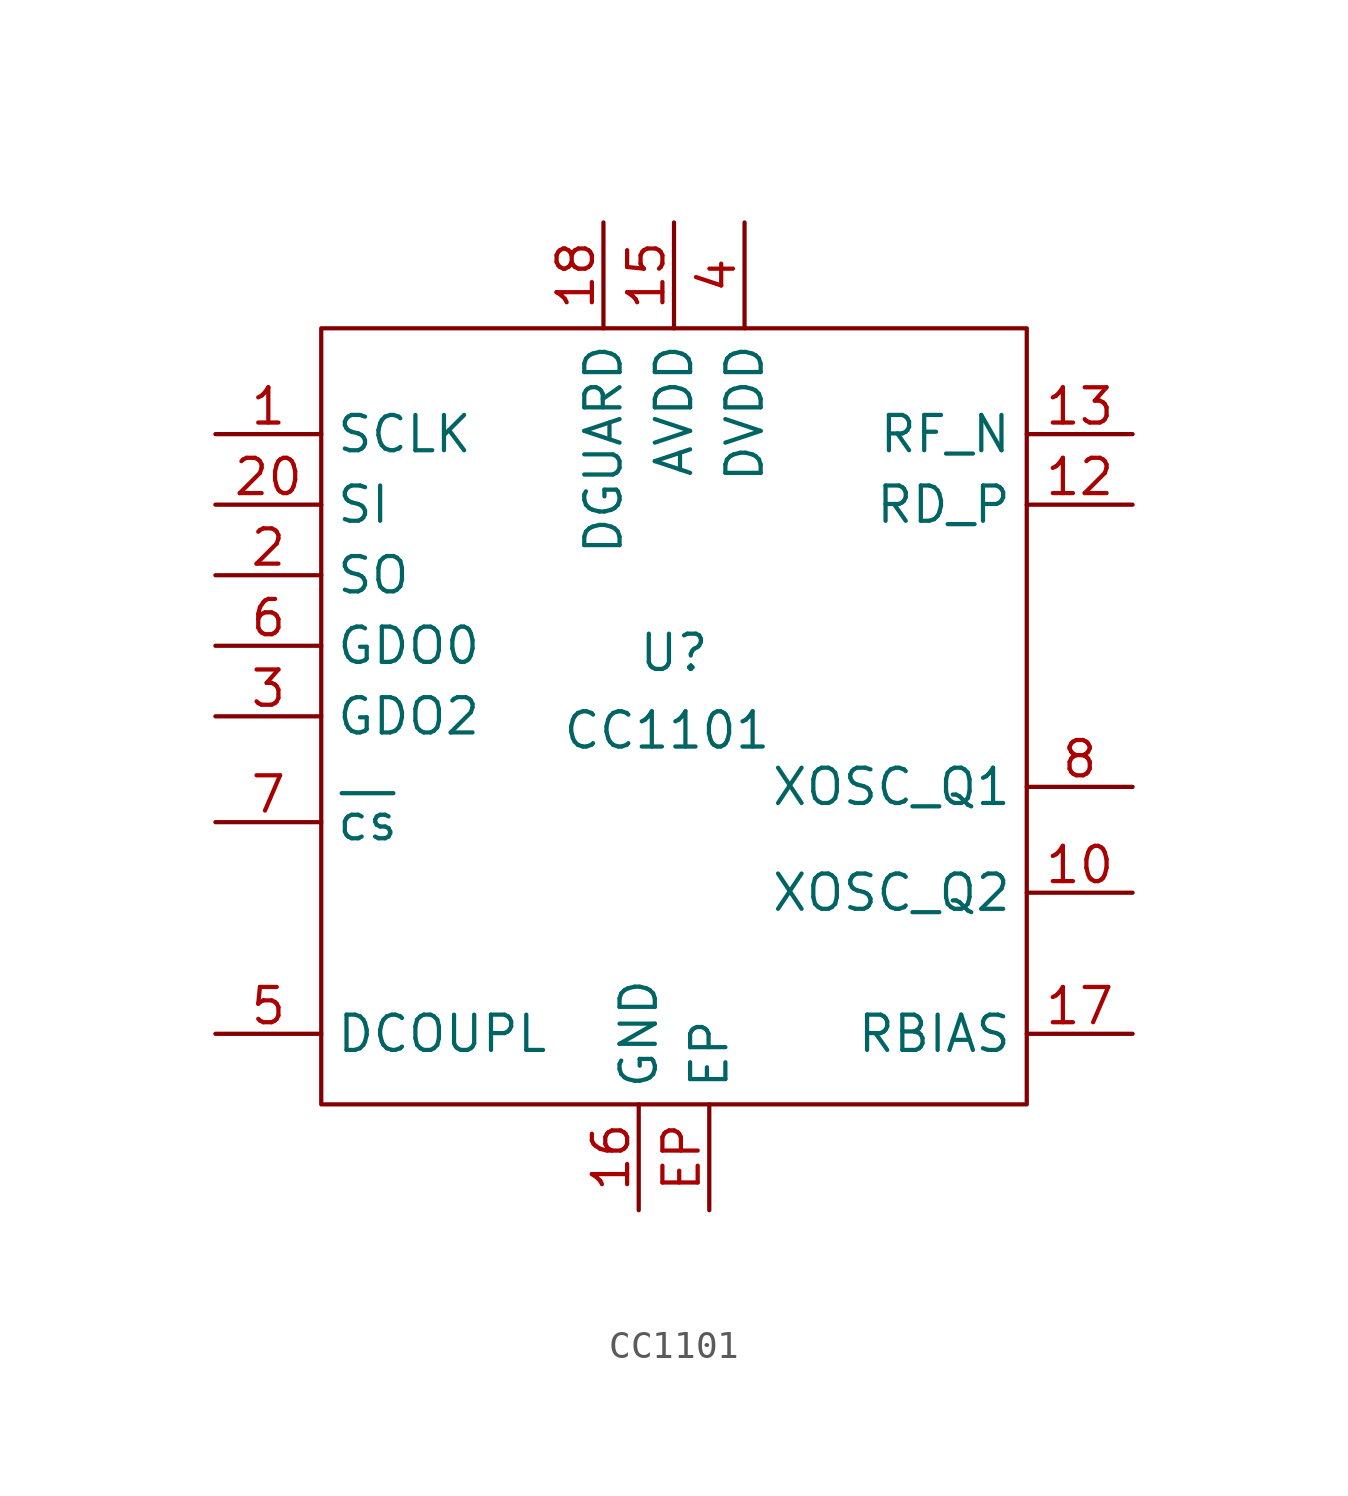
<source format=kicad_sym>
(kicad_symbol_lib
  (version 20231120)
  (generator "kicad_symbol_editor")
  (generator_version "8.0")
  (symbol "CC1101"
    (property "Reference" "U"
      (at 0 2.286 0)
      (effects (font (size 1.27 1.27))))
    (property "Value" "CC1101"
      (at -0.254 -0.508 0)
      (effects (font (size 1.27 1.27))))
    (symbol "CC1101_0_1"
      (rectangle (start -12.7 13.97) (end 12.7 -13.97) (stroke (width 0) (type default)) (fill (type none))))
    (symbol "CC1101_1_1"
      (pin input line (at -16.51 10.16 0) (length 3.81) (name "SCLK" (effects (font (size 1.27 1.27)))) (number "1" (effects (font (size 1.27 1.27)))))
      (pin passive line (at 16.51 -6.35 180) (length 3.81) (name "XOSC_Q2" (effects (font (size 1.27 1.27)))) (number "10" (effects (font (size 1.27 1.27)))))
      (pin power_in line (at 0 17.78 270) (length 3.81) hide (name "AVDD" (effects (font (size 1.27 1.27)))) (number "11" (effects (font (size 1.27 1.27)))))
      (pin input line (at 16.51 7.62 180) (length 3.81) (name "RD_P" (effects (font (size 1.27 1.27)))) (number "12" (effects (font (size 1.27 1.27)))))
      (pin input line (at 16.51 10.16 180) (length 3.81) (name "RF_N" (effects (font (size 1.27 1.27)))) (number "13" (effects (font (size 1.27 1.27)))))
      (pin power_in line (at 0 17.78 270) (length 3.81) hide (name "AVDD" (effects (font (size 1.27 1.27)))) (number "14" (effects (font (size 1.27 1.27)))))
      (pin power_in line (at 0 17.78 270) (length 3.81) (name "AVDD" (effects (font (size 1.27 1.27)))) (number "15" (effects (font (size 1.27 1.27)))))
      (pin power_in line (at -1.27 -17.78 90) (length 3.81) (name "GND" (effects (font (size 1.27 1.27)))) (number "16" (effects (font (size 1.27 1.27)))))
      (pin passive line (at 16.51 -11.43 180) (length 3.81) (name "RBIAS" (effects (font (size 1.27 1.27)))) (number "17" (effects (font (size 1.27 1.27)))))
      (pin power_in line (at -2.54 17.78 270) (length 3.81) (name "DGUARD" (effects (font (size 1.27 1.27)))) (number "18" (effects (font (size 1.27 1.27)))))
      (pin power_in line (at -1.27 -17.78 90) (length 3.81) hide (name "GND" (effects (font (size 1.27 1.27)))) (number "19" (effects (font (size 1.27 1.27)))))
      (pin output line (at -16.51 5.08 0) (length 3.81) (name "SO" (effects (font (size 1.27 1.27)))) (number "2" (effects (font (size 1.27 1.27)))))
      (pin input line (at -16.51 7.62 0) (length 3.81) (name "SI" (effects (font (size 1.27 1.27)))) (number "20" (effects (font (size 1.27 1.27)))))
      (pin output line (at -16.51 0 0) (length 3.81) (name "GDO2" (effects (font (size 1.27 1.27)))) (number "3" (effects (font (size 1.27 1.27)))))
      (pin power_in line (at 2.54 17.78 270) (length 3.81) (name "DVDD" (effects (font (size 1.27 1.27)))) (number "4" (effects (font (size 1.27 1.27)))))
      (pin passive line (at -16.51 -11.43 0) (length 3.81) (name "DCOUPL" (effects (font (size 1.27 1.27)))) (number "5" (effects (font (size 1.27 1.27)))))
      (pin bidirectional line (at -16.51 2.54 0) (length 3.81) (name "GDO0" (effects (font (size 1.27 1.27)))) (number "6" (effects (font (size 1.27 1.27)))))
      (pin input line (at -16.51 -3.81 0) (length 3.81) (name "~{cs}" (effects (font (size 1.27 1.27)))) (number "7" (effects (font (size 1.27 1.27)))))
      (pin passive line (at 16.51 -2.54 180) (length 3.81) (name "XOSC_Q1" (effects (font (size 1.27 1.27)))) (number "8" (effects (font (size 1.27 1.27)))))
      (pin power_in line (at 0 17.78 270) (length 3.81) hide (name "AVDD" (effects (font (size 1.27 1.27)))) (number "9" (effects (font (size 1.27 1.27)))))
      (pin passive line (at 1.27 -17.78 90) (length 3.81) (name "EP" (effects (font (size 1.27 1.27)))) (number "EP" (effects (font (size 1.27 1.27))))))))
</source>
